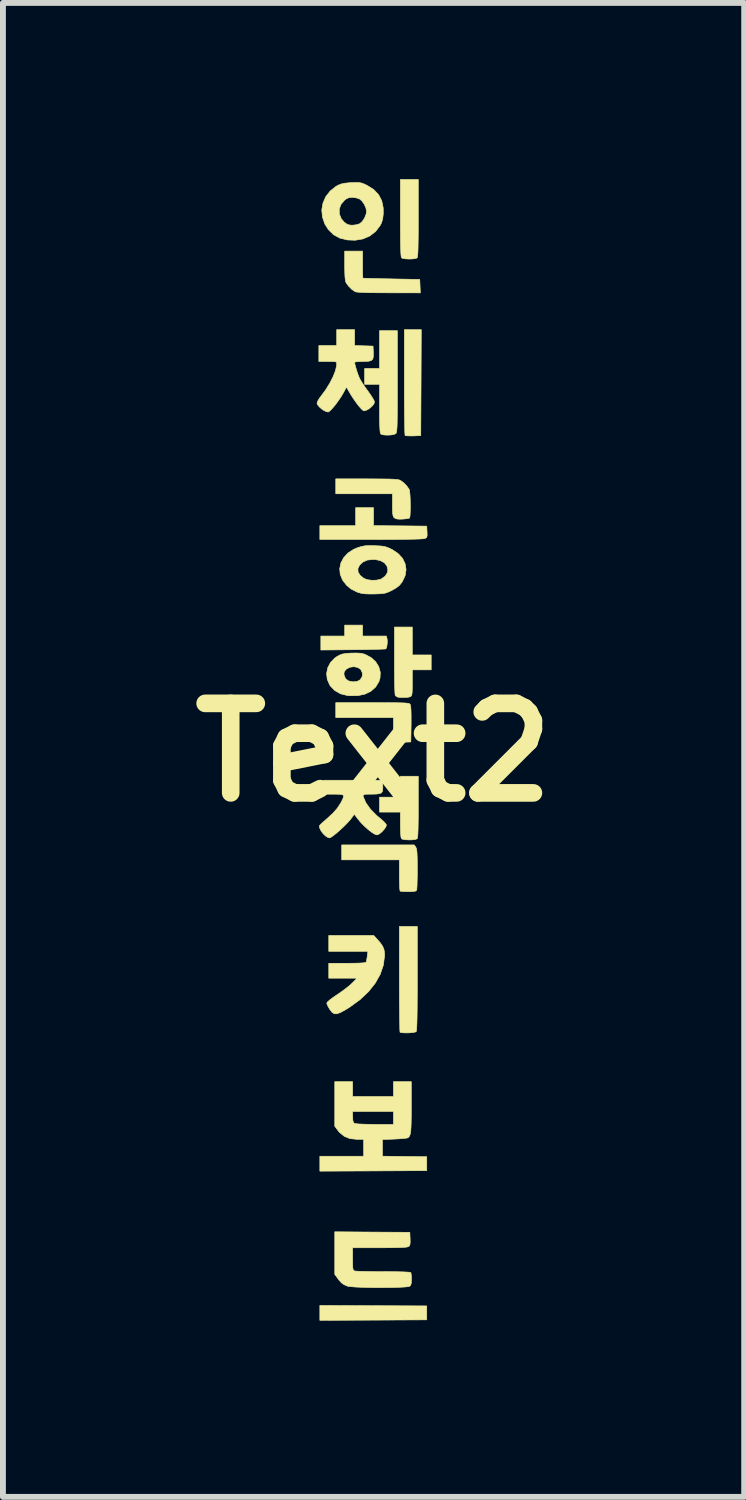
<source format=kicad_pcb>
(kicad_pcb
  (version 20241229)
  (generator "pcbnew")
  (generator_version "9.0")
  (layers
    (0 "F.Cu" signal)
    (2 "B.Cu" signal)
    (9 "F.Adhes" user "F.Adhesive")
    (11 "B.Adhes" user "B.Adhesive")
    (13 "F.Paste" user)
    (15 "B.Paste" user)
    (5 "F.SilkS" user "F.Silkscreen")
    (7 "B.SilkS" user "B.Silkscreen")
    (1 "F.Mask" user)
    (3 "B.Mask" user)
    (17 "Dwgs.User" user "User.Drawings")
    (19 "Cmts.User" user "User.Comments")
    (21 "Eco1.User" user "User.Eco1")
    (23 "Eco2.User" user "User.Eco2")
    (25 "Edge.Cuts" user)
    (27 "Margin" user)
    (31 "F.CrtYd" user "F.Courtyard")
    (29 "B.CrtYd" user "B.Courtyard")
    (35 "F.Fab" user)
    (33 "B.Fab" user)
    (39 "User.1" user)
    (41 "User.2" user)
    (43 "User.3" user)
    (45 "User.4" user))
  (footprint "Text2"
    (layer "F.Cu")
    (at 3.309 9.759)
    (property "Reference" "Text2" (at 0 0 0) (layer "F.SilkS") (effects (font (size 1.524 1.524) (thickness 0.3))))
    (attr through_hole)
    (fp_poly (pts (xy -0.004 9.419) (xy 0.906 9.423) (xy 0.906 9.66) (xy -0.004 9.665) (xy -0.914 9.669) (xy -0.914 9.415) (xy -0.004 9.419)) (stroke (width 0.01) (type solid)) (fill yes) (layer "F.SilkS"))
    (fp_poly (pts (xy 0.809 -6.295) (xy 0.804 -5.393) (xy 0.677 -5.388) (xy 0.614 -5.388) (xy 0.564 -5.39) (xy 0.538 -5.394) (xy 0.537 -5.395) (xy 0.535 -5.414) (xy 0.532 -5.464) (xy 0.531 -5.541) (xy 0.529 -5.642) (xy 0.527 -5.764) (xy 0.526 -5.905) (xy 0.525 -6.06) (xy 0.525 -6.227) (xy 0.525 -6.302) (xy 0.525 -7.197) (xy 0.813 -7.197) (xy 0.809 -6.295)) (stroke (width 0.01) (type solid)) (fill yes) (layer "F.SilkS"))
    (fp_poly (pts (xy -0.186 -1.981) (xy 0.219 -1.981) (xy 0.23 -1.938) (xy 0.235 -1.895) (xy 0.232 -1.842) (xy 0.224 -1.794) (xy 0.212 -1.764) (xy 0.211 -1.763) (xy 0.192 -1.76) (xy 0.143 -1.758) (xy 0.069 -1.755) (xy -0.027 -1.753) (xy -0.14 -1.75) (xy -0.267 -1.749) (xy -0.349 -1.748) (xy -0.897 -1.743) (xy -0.897 -1.981) (xy -0.491 -1.981) (xy -0.491 -2.167) (xy -0.186 -2.167) (xy -0.186 -1.981)) (stroke (width 0.01) (type solid)) (fill yes) (layer "F.SilkS"))
    (fp_poly (pts (xy 0 -3.861) (xy 0.453 -3.857) (xy 0.906 -3.852) (xy 0.911 -3.755) (xy 0.913 -3.699) (xy 0.908 -3.668) (xy 0.894 -3.651) (xy 0.872 -3.641) (xy 0.844 -3.637) (xy 0.785 -3.633) (xy 0.696 -3.63) (xy 0.578 -3.628) (xy 0.435 -3.626) (xy 0.267 -3.625) (xy 0.077 -3.624) (xy -0.043 -3.624) (xy -0.914 -3.624) (xy -0.914 -3.861) (xy -0.305 -3.861) (xy -0.305 -4.166) (xy 0 -4.166) (xy 0 -3.861)) (stroke (width 0.01) (type solid)) (fill yes) (layer "F.SilkS"))
    (fp_poly (pts (xy 0.762 0.928) (xy 0.762 1.088) (xy 0.76 1.216) (xy 0.758 1.316) (xy 0.755 1.389) (xy 0.751 1.437) (xy 0.745 1.464) (xy 0.742 1.47) (xy 0.714 1.481) (xy 0.662 1.488) (xy 0.61 1.49) (xy 0.546 1.487) (xy 0.498 1.479) (xy 0.478 1.47) (xy 0.467 1.442) (xy 0.461 1.383) (xy 0.458 1.291) (xy 0.457 1.233) (xy 0.457 1.016) (xy 0.102 1.016) (xy 0.102 0.762) (xy 0.457 0.762) (xy 0.457 0.406) (xy 0.762 0.406) (xy 0.762 0.928)) (stroke (width 0.01) (type solid)) (fill yes) (layer "F.SilkS"))
    (fp_poly (pts (xy 0.762 -9.097) (xy 0.762 -8.917) (xy 0.761 -8.769) (xy 0.759 -8.65) (xy 0.757 -8.559) (xy 0.754 -8.492) (xy 0.749 -8.448) (xy 0.744 -8.424) (xy 0.742 -8.419) (xy 0.714 -8.408) (xy 0.662 -8.401) (xy 0.61 -8.399) (xy 0.546 -8.402) (xy 0.498 -8.41) (xy 0.478 -8.419) (xy 0.472 -8.434) (xy 0.467 -8.469) (xy 0.464 -8.524) (xy 0.461 -8.604) (xy 0.459 -8.71) (xy 0.458 -8.844) (xy 0.457 -9.009) (xy 0.457 -9.097) (xy 0.457 -9.754) (xy 0.762 -9.754) (xy 0.762 -9.097)) (stroke (width 0.01) (type solid)) (fill yes) (layer "F.SilkS"))
    (fp_poly (pts (xy 0.66 -1.659) (xy 0.982 -1.659) (xy 0.982 -1.405) (xy 0.66 -1.405) (xy 0.66 -1.186) (xy 0.66 -1.095) (xy 0.658 -1.033) (xy 0.654 -0.992) (xy 0.647 -0.968) (xy 0.637 -0.955) (xy 0.628 -0.949) (xy 0.59 -0.939) (xy 0.533 -0.934) (xy 0.472 -0.934) (xy 0.421 -0.94) (xy 0.406 -0.944) (xy 0.376 -0.963) (xy 0.369 -0.972) (xy 0.366 -0.993) (xy 0.363 -1.043) (xy 0.36 -1.12) (xy 0.358 -1.218) (xy 0.357 -1.333) (xy 0.356 -1.462) (xy 0.356 -1.562) (xy 0.356 -2.134) (xy 0.66 -2.134) (xy 0.66 -1.659)) (stroke (width 0.01) (type solid)) (fill yes) (layer "F.SilkS"))
    (fp_poly (pts (xy 0.745 3.849) (xy 0.745 4.058) (xy 0.744 4.236) (xy 0.743 4.383) (xy 0.741 4.503) (xy 0.739 4.597) (xy 0.736 4.667) (xy 0.733 4.716) (xy 0.729 4.745) (xy 0.725 4.755) (xy 0.699 4.764) (xy 0.652 4.771) (xy 0.592 4.775) (xy 0.532 4.775) (xy 0.482 4.772) (xy 0.453 4.765) (xy 0.452 4.764) (xy 0.449 4.745) (xy 0.447 4.696) (xy 0.446 4.619) (xy 0.444 4.518) (xy 0.443 4.396) (xy 0.441 4.255) (xy 0.441 4.1) (xy 0.44 3.933) (xy 0.44 3.858) (xy 0.44 2.963) (xy 0.745 2.963) (xy 0.745 3.849)) (stroke (width 0.01) (type solid)) (fill yes) (layer "F.SilkS"))
    (fp_poly (pts (xy 0.145 -0.847) (xy 0.276 -0.846) (xy 0.38 -0.846) (xy 0.461 -0.844) (xy 0.521 -0.842) (xy 0.563 -0.839) (xy 0.591 -0.835) (xy 0.609 -0.83) (xy 0.619 -0.823) (xy 0.625 -0.815) (xy 0.626 -0.813) (xy 0.633 -0.782) (xy 0.638 -0.72) (xy 0.64 -0.631) (xy 0.64 -0.517) (xy 0.64 -0.479) (xy 0.635 -0.178) (xy 0.499 -0.173) (xy 0.434 -0.172) (xy 0.382 -0.174) (xy 0.353 -0.178) (xy 0.351 -0.18) (xy 0.346 -0.201) (xy 0.342 -0.248) (xy 0.34 -0.315) (xy 0.339 -0.392) (xy 0.339 -0.593) (xy -0.643 -0.593) (xy -0.643 -0.847) (xy -0.018 -0.847) (xy 0.145 -0.847)) (stroke (width 0.01) (type solid)) (fill yes) (layer "F.SilkS"))
    (fp_poly (pts (xy 0.406 -6.317) (xy 0.406 -6.122) (xy 0.406 -5.958) (xy 0.405 -5.822) (xy 0.404 -5.712) (xy 0.403 -5.625) (xy 0.401 -5.558) (xy 0.398 -5.508) (xy 0.394 -5.473) (xy 0.39 -5.449) (xy 0.385 -5.435) (xy 0.38 -5.428) (xy 0.348 -5.413) (xy 0.295 -5.404) (xy 0.233 -5.401) (xy 0.175 -5.405) (xy 0.133 -5.415) (xy 0.122 -5.422) (xy 0.115 -5.44) (xy 0.11 -5.481) (xy 0.106 -5.547) (xy 0.103 -5.64) (xy 0.102 -5.763) (xy 0.102 -5.854) (xy 0.102 -6.265) (xy -0.152 -6.265) (xy -0.152 -6.536) (xy 0.102 -6.536) (xy 0.102 -7.18) (xy 0.406 -7.18) (xy 0.406 -6.317)) (stroke (width 0.01) (type solid)) (fill yes) (layer "F.SilkS"))
    (fp_poly (pts (xy 0.719 1.612) (xy 0.728 1.631) (xy 0.735 1.66) (xy 0.74 1.705) (xy 0.743 1.768) (xy 0.745 1.856) (xy 0.745 1.973) (xy 0.745 1.984) (xy 0.745 2.088) (xy 0.743 2.182) (xy 0.741 2.259) (xy 0.738 2.315) (xy 0.735 2.343) (xy 0.735 2.344) (xy 0.722 2.358) (xy 0.693 2.366) (xy 0.642 2.37) (xy 0.594 2.371) (xy 0.53 2.369) (xy 0.48 2.366) (xy 0.453 2.361) (xy 0.452 2.359) (xy 0.448 2.339) (xy 0.444 2.292) (xy 0.442 2.222) (xy 0.44 2.137) (xy 0.44 2.088) (xy 0.44 1.829) (xy -0.542 1.829) (xy -0.542 1.575) (xy 0.692 1.575) (xy 0.719 1.612)) (stroke (width 0.01) (type solid)) (fill yes) (layer "F.SilkS"))
    (fp_poly (pts (xy -0.186 -8.306) (xy -0.186 -8.222) (xy -0.185 -8.151) (xy -0.184 -8.1) (xy -0.182 -8.075) (xy -0.182 -8.074) (xy -0.165 -8.073) (xy -0.118 -8.071) (xy -0.046 -8.069) (xy 0.048 -8.067) (xy 0.157 -8.064) (xy 0.28 -8.062) (xy 0.305 -8.061) (xy 0.787 -8.052) (xy 0.792 -7.938) (xy 0.797 -7.823) (xy 0.259 -7.824) (xy 0.079 -7.825) (xy -0.067 -7.826) (xy -0.179 -7.83) (xy -0.258 -7.834) (xy -0.303 -7.84) (xy -0.313 -7.843) (xy -0.37 -7.883) (xy -0.425 -7.938) (xy -0.465 -7.992) (xy -0.467 -7.996) (xy -0.478 -8.028) (xy -0.485 -8.081) (xy -0.489 -8.157) (xy -0.491 -8.263) (xy -0.491 -8.288) (xy -0.491 -8.534) (xy -0.186 -8.534) (xy -0.186 -8.306)) (stroke (width 0.01) (type solid)) (fill yes) (layer "F.SilkS"))
    (fp_poly (pts (xy 0.037 -4.656) (xy 0.162 -4.655) (xy 0.26 -4.654) (xy 0.334 -4.651) (xy 0.387 -4.647) (xy 0.424 -4.642) (xy 0.448 -4.635) (xy 0.454 -4.633) (xy 0.51 -4.593) (xy 0.565 -4.537) (xy 0.606 -4.479) (xy 0.608 -4.476) (xy 0.614 -4.446) (xy 0.62 -4.393) (xy 0.624 -4.324) (xy 0.626 -4.246) (xy 0.627 -4.167) (xy 0.625 -4.094) (xy 0.622 -4.036) (xy 0.617 -3.999) (xy 0.613 -3.99) (xy 0.584 -3.982) (xy 0.535 -3.975) (xy 0.478 -3.971) (xy 0.427 -3.971) (xy 0.398 -3.974) (xy 0.366 -3.985) (xy 0.345 -4.001) (xy 0.332 -4.03) (xy 0.325 -4.076) (xy 0.322 -4.146) (xy 0.322 -4.21) (xy 0.322 -4.403) (xy -0.643 -4.403) (xy -0.643 -4.657) (xy -0.118 -4.657) (xy 0.037 -4.656)) (stroke (width 0.01) (type solid)) (fill yes) (layer "F.SilkS"))
    (fp_poly (pts (xy 0.053 3.171) (xy 0.117 3.244) (xy 0.158 3.305) (xy 0.18 3.364) (xy 0.188 3.429) (xy 0.188 3.459) (xy 0.168 3.619) (xy 0.115 3.776) (xy 0.03 3.928) (xy -0.085 4.072) (xy -0.23 4.209) (xy -0.403 4.335) (xy -0.487 4.387) (xy -0.566 4.429) (xy -0.624 4.45) (xy -0.669 4.449) (xy -0.706 4.425) (xy -0.742 4.379) (xy -0.745 4.374) (xy -0.774 4.325) (xy -0.792 4.284) (xy -0.796 4.267) (xy -0.782 4.247) (xy -0.743 4.212) (xy -0.684 4.168) (xy -0.62 4.125) (xy -0.543 4.072) (xy -0.466 4.015) (xy -0.401 3.963) (xy -0.363 3.927) (xy -0.281 3.844) (xy -0.762 3.844) (xy -0.762 3.59) (xy -0.45 3.59) (xy -0.34 3.589) (xy -0.249 3.587) (xy -0.18 3.583) (xy -0.138 3.578) (xy -0.127 3.573) (xy -0.119 3.548) (xy -0.111 3.502) (xy -0.107 3.472) (xy -0.097 3.387) (xy -0.762 3.387) (xy -0.762 3.116) (xy 0.002 3.116) (xy 0.053 3.171)) (stroke (width 0.01) (type solid)) (fill yes) (layer "F.SilkS"))
    (fp_poly (pts (xy -0.356 5.859) (xy 0.339 5.859) (xy 0.339 5.605) (xy 0.643 5.605) (xy 0.643 6.036) (xy 0.643 6.181) (xy 0.641 6.296) (xy 0.638 6.385) (xy 0.633 6.45) (xy 0.625 6.497) (xy 0.614 6.529) (xy 0.599 6.549) (xy 0.581 6.562) (xy 0.578 6.563) (xy 0.551 6.568) (xy 0.497 6.574) (xy 0.426 6.579) (xy 0.351 6.583) (xy 0.152 6.591) (xy 0.152 6.874) (xy 0.529 6.879) (xy 0.906 6.883) (xy 0.906 7.12) (xy -0.004 7.125) (xy -0.914 7.129) (xy -0.914 6.875) (xy -0.169 6.875) (xy -0.169 6.587) (xy -0.284 6.587) (xy -0.401 6.575) (xy -0.498 6.536) (xy -0.578 6.47) (xy -0.605 6.438) (xy -0.66 6.364) (xy -0.66 6.113) (xy -0.356 6.113) (xy -0.356 6.205) (xy -0.352 6.265) (xy -0.342 6.3) (xy -0.326 6.315) (xy -0.299 6.321) (xy -0.243 6.326) (xy -0.164 6.329) (xy -0.065 6.332) (xy 0.021 6.333) (xy 0.339 6.333) (xy 0.339 6.113) (xy -0.356 6.113) (xy -0.66 6.113) (xy -0.66 5.605) (xy -0.356 5.605) (xy -0.356 5.859)) (stroke (width 0.01) (type solid)) (fill yes) (layer "F.SilkS"))
    (fp_poly (pts (xy -0.221 -1.688) (xy -0.168 -1.677) (xy -0.141 -1.668) (xy -0.042 -1.615) (xy 0.036 -1.544) (xy 0.089 -1.459) (xy 0.115 -1.365) (xy 0.111 -1.268) (xy 0.092 -1.206) (xy 0.036 -1.113) (xy -0.045 -1.041) (xy -0.148 -0.991) (xy -0.269 -0.966) (xy -0.407 -0.965) (xy -0.447 -0.969) (xy -0.563 -0.998) (xy -0.661 -1.054) (xy -0.737 -1.133) (xy -0.746 -1.148) (xy -0.788 -1.243) (xy -0.798 -1.336) (xy -0.504 -1.336) (xy -0.501 -1.315) (xy -0.476 -1.254) (xy -0.426 -1.217) (xy -0.353 -1.202) (xy -0.342 -1.202) (xy -0.277 -1.209) (xy -0.232 -1.234) (xy -0.225 -1.239) (xy -0.193 -1.29) (xy -0.189 -1.35) (xy -0.214 -1.406) (xy -0.223 -1.417) (xy -0.274 -1.448) (xy -0.338 -1.459) (xy -0.405 -1.449) (xy -0.461 -1.419) (xy -0.468 -1.413) (xy -0.498 -1.375) (xy -0.504 -1.336) (xy -0.798 -1.336) (xy -0.799 -1.341) (xy -0.78 -1.439) (xy -0.734 -1.528) (xy -0.662 -1.604) (xy -0.616 -1.636) (xy -0.571 -1.66) (xy -0.527 -1.675) (xy -0.473 -1.684) (xy -0.398 -1.69) (xy -0.377 -1.691) (xy -0.288 -1.692) (xy -0.221 -1.688)) (stroke (width 0.01) (type solid)) (fill yes) (layer "F.SilkS"))
    (fp_poly (pts (xy -0.021 8.166) (xy 0.618 8.17) (xy 0.623 8.28) (xy 0.624 8.344) (xy 0.619 8.382) (xy 0.606 8.405) (xy 0.599 8.411) (xy 0.58 8.418) (xy 0.544 8.424) (xy 0.487 8.428) (xy 0.406 8.43) (xy 0.298 8.432) (xy 0.161 8.433) (xy 0.107 8.433) (xy -0.356 8.433) (xy -0.356 8.626) (xy -0.355 8.709) (xy -0.354 8.764) (xy -0.349 8.798) (xy -0.341 8.816) (xy -0.328 8.825) (xy -0.318 8.829) (xy -0.291 8.831) (xy -0.235 8.834) (xy -0.155 8.836) (xy -0.056 8.838) (xy 0.057 8.839) (xy 0.173 8.839) (xy 0.322 8.84) (xy 0.444 8.842) (xy 0.538 8.845) (xy 0.601 8.849) (xy 0.632 8.854) (xy 0.635 8.856) (xy 0.641 8.882) (xy 0.645 8.929) (xy 0.646 8.97) (xy 0.643 9.033) (xy 0.632 9.071) (xy 0.616 9.088) (xy 0.59 9.095) (xy 0.535 9.101) (xy 0.456 9.105) (xy 0.36 9.109) (xy 0.251 9.11) (xy 0.134 9.111) (xy 0.015 9.111) (xy -0.101 9.109) (xy -0.209 9.106) (xy -0.303 9.102) (xy -0.378 9.096) (xy -0.429 9.09) (xy -0.445 9.086) (xy -0.501 9.062) (xy -0.545 9.031) (xy -0.587 8.985) (xy -0.612 8.951) (xy -0.66 8.885) (xy -0.66 8.161) (xy -0.021 8.166)) (stroke (width 0.01) (type solid)) (fill yes) (layer "F.SilkS"))
    (fp_poly (pts (xy -0.246 -9.701) (xy -0.204 -9.693) (xy -0.16 -9.677) (xy -0.11 -9.653) (xy 0.002 -9.583) (xy 0.086 -9.495) (xy 0.14 -9.391) (xy 0.165 -9.269) (xy 0.166 -9.169) (xy 0.156 -9.084) (xy 0.137 -9.018) (xy 0.113 -8.97) (xy 0.035 -8.868) (xy -0.065 -8.791) (xy -0.182 -8.741) (xy -0.314 -8.719) (xy -0.444 -8.724) (xy -0.572 -8.755) (xy -0.68 -8.813) (xy -0.768 -8.899) (xy -0.829 -8.995) (xy -0.87 -9.114) (xy -0.881 -9.234) (xy -0.879 -9.246) (xy -0.584 -9.246) (xy -0.581 -9.164) (xy -0.549 -9.085) (xy -0.499 -9.027) (xy -0.45 -8.991) (xy -0.4 -8.977) (xy -0.363 -8.975) (xy -0.302 -8.981) (xy -0.247 -8.996) (xy -0.235 -9.001) (xy -0.192 -9.038) (xy -0.153 -9.096) (xy -0.127 -9.161) (xy -0.119 -9.211) (xy -0.13 -9.27) (xy -0.16 -9.335) (xy -0.201 -9.391) (xy -0.235 -9.42) (xy -0.284 -9.438) (xy -0.346 -9.448) (xy -0.362 -9.449) (xy -0.421 -9.443) (xy -0.468 -9.421) (xy -0.499 -9.396) (xy -0.556 -9.326) (xy -0.584 -9.246) (xy -0.879 -9.246) (xy -0.861 -9.351) (xy -0.813 -9.461) (xy -0.738 -9.557) (xy -0.639 -9.636) (xy -0.605 -9.655) (xy -0.554 -9.676) (xy -0.491 -9.69) (xy -0.408 -9.698) (xy -0.376 -9.7) (xy -0.3 -9.702) (xy -0.246 -9.701)) (stroke (width 0.01) (type solid)) (fill yes) (layer "F.SilkS"))
    (fp_poly (pts (xy -0.001 -3.52) (xy 0.025 -3.519) (xy 0.108 -3.515) (xy 0.168 -3.509) (xy 0.217 -3.497) (xy 0.265 -3.478) (xy 0.316 -3.454) (xy 0.418 -3.386) (xy 0.493 -3.305) (xy 0.538 -3.212) (xy 0.554 -3.112) (xy 0.538 -3.009) (xy 0.49 -2.907) (xy 0.484 -2.898) (xy 0.442 -2.845) (xy 0.388 -2.802) (xy 0.315 -2.76) (xy 0.261 -2.734) (xy 0.217 -2.717) (xy 0.173 -2.706) (xy 0.118 -2.701) (xy 0.043 -2.698) (xy 0.01 -2.697) (xy -0.082 -2.697) (xy -0.151 -2.7) (xy -0.207 -2.708) (xy -0.26 -2.723) (xy -0.278 -2.729) (xy -0.383 -2.782) (xy -0.459 -2.845) (xy -0.528 -2.935) (xy -0.567 -3.031) (xy -0.576 -3.129) (xy -0.575 -3.13) (xy -0.266 -3.13) (xy -0.263 -3.07) (xy -0.227 -3.013) (xy -0.163 -2.962) (xy -0.105 -2.94) (xy -0.029 -2.93) (xy 0.049 -2.932) (xy 0.116 -2.946) (xy 0.132 -2.953) (xy 0.2 -3.002) (xy 0.237 -3.062) (xy 0.244 -3.107) (xy 0.228 -3.174) (xy 0.185 -3.228) (xy 0.117 -3.265) (xy 0.028 -3.284) (xy -0.008 -3.285) (xy -0.106 -3.274) (xy -0.181 -3.241) (xy -0.236 -3.19) (xy -0.266 -3.13) (xy -0.575 -3.13) (xy -0.556 -3.225) (xy -0.509 -3.314) (xy -0.437 -3.393) (xy -0.341 -3.456) (xy -0.264 -3.488) (xy -0.203 -3.506) (xy -0.146 -3.517) (xy -0.083 -3.521) (xy -0.001 -3.52)) (stroke (width 0.01) (type solid)) (fill yes) (layer "F.SilkS"))
    (fp_poly (pts (xy 0.155 0.529) (xy 0.158 0.588) (xy 0.156 0.638) (xy 0.149 0.669) (xy 0.133 0.689) (xy 0.102 0.702) (xy 0.051 0.709) (xy -0.028 0.711) (xy -0.056 0.711) (xy -0.122 0.712) (xy -0.161 0.714) (xy -0.178 0.721) (xy -0.181 0.734) (xy -0.177 0.749) (xy -0.13 0.858) (xy -0.054 0.965) (xy 0.053 1.074) (xy 0.125 1.134) (xy 0.172 1.175) (xy 0.206 1.212) (xy 0.22 1.236) (xy 0.22 1.237) (xy 0.208 1.272) (xy 0.176 1.316) (xy 0.135 1.359) (xy 0.093 1.392) (xy 0.059 1.405) (xy 0.059 1.405) (xy 0.022 1.393) (xy -0.03 1.361) (xy -0.091 1.313) (xy -0.156 1.255) (xy -0.217 1.193) (xy -0.259 1.142) (xy -0.329 1.052) (xy -0.358 1.095) (xy -0.394 1.143) (xy -0.445 1.2) (xy -0.506 1.262) (xy -0.571 1.322) (xy -0.634 1.377) (xy -0.689 1.421) (xy -0.732 1.449) (xy -0.753 1.456) (xy -0.78 1.446) (xy -0.817 1.423) (xy -0.818 1.422) (xy -0.86 1.381) (xy -0.895 1.333) (xy -0.917 1.287) (xy -0.922 1.253) (xy -0.92 1.247) (xy -0.901 1.226) (xy -0.863 1.19) (xy -0.813 1.146) (xy -0.793 1.129) (xy -0.693 1.037) (xy -0.617 0.951) (xy -0.559 0.862) (xy -0.544 0.835) (xy -0.519 0.782) (xy -0.509 0.747) (xy -0.518 0.726) (xy -0.55 0.715) (xy -0.609 0.712) (xy -0.677 0.711) (xy -0.847 0.711) (xy -0.847 0.474) (xy 0.149 0.474) (xy 0.155 0.529)) (stroke (width 0.01) (type solid)) (fill yes) (layer "F.SilkS"))
    (fp_poly (pts (xy -0.322 -6.927) (xy -0.165 -6.922) (xy -0.008 -6.917) (xy -0.003 -6.808) (xy -0.003 -6.742) (xy -0.012 -6.698) (xy -0.037 -6.672) (xy -0.083 -6.659) (xy -0.156 -6.655) (xy -0.19 -6.655) (xy -0.252 -6.653) (xy -0.298 -6.649) (xy -0.321 -6.643) (xy -0.322 -6.641) (xy -0.316 -6.605) (xy -0.301 -6.548) (xy -0.281 -6.482) (xy -0.259 -6.419) (xy -0.238 -6.368) (xy -0.235 -6.362) (xy -0.209 -6.318) (xy -0.17 -6.256) (xy -0.122 -6.187) (xy -0.091 -6.145) (xy -0.047 -6.082) (xy -0.011 -6.026) (xy 0.011 -5.984) (xy 0.017 -5.966) (xy 0.004 -5.929) (xy -0.03 -5.889) (xy -0.075 -5.851) (xy -0.122 -5.825) (xy -0.162 -5.815) (xy -0.172 -5.818) (xy -0.199 -5.839) (xy -0.238 -5.882) (xy -0.285 -5.941) (xy -0.334 -6.01) (xy -0.38 -6.08) (xy -0.398 -6.111) (xy -0.461 -6.219) (xy -0.511 -6.126) (xy -0.552 -6.056) (xy -0.601 -5.984) (xy -0.651 -5.916) (xy -0.7 -5.858) (xy -0.741 -5.815) (xy -0.77 -5.795) (xy -0.774 -5.795) (xy -0.806 -5.802) (xy -0.852 -5.825) (xy -0.882 -5.846) (xy -0.925 -5.884) (xy -0.954 -5.921) (xy -0.962 -5.939) (xy -0.953 -5.976) (xy -0.92 -6.031) (xy -0.891 -6.069) (xy -0.813 -6.175) (xy -0.744 -6.287) (xy -0.688 -6.397) (xy -0.648 -6.499) (xy -0.628 -6.587) (xy -0.627 -6.616) (xy -0.628 -6.634) (xy -0.637 -6.646) (xy -0.66 -6.652) (xy -0.704 -6.654) (xy -0.775 -6.655) (xy -0.931 -6.655) (xy -0.931 -6.926) (xy -0.627 -6.926) (xy -0.627 -7.197) (xy -0.322 -7.197) (xy -0.322 -6.927)) (stroke (width 0.01) (type solid)) (fill yes) (layer "F.SilkS")))
  (gr_rect
    (start -3 -3)
    (end 9.619 22.433)
    (stroke (width 0.1) (type default))
    (fill no)
    (layer "Edge.Cuts")))
</source>
